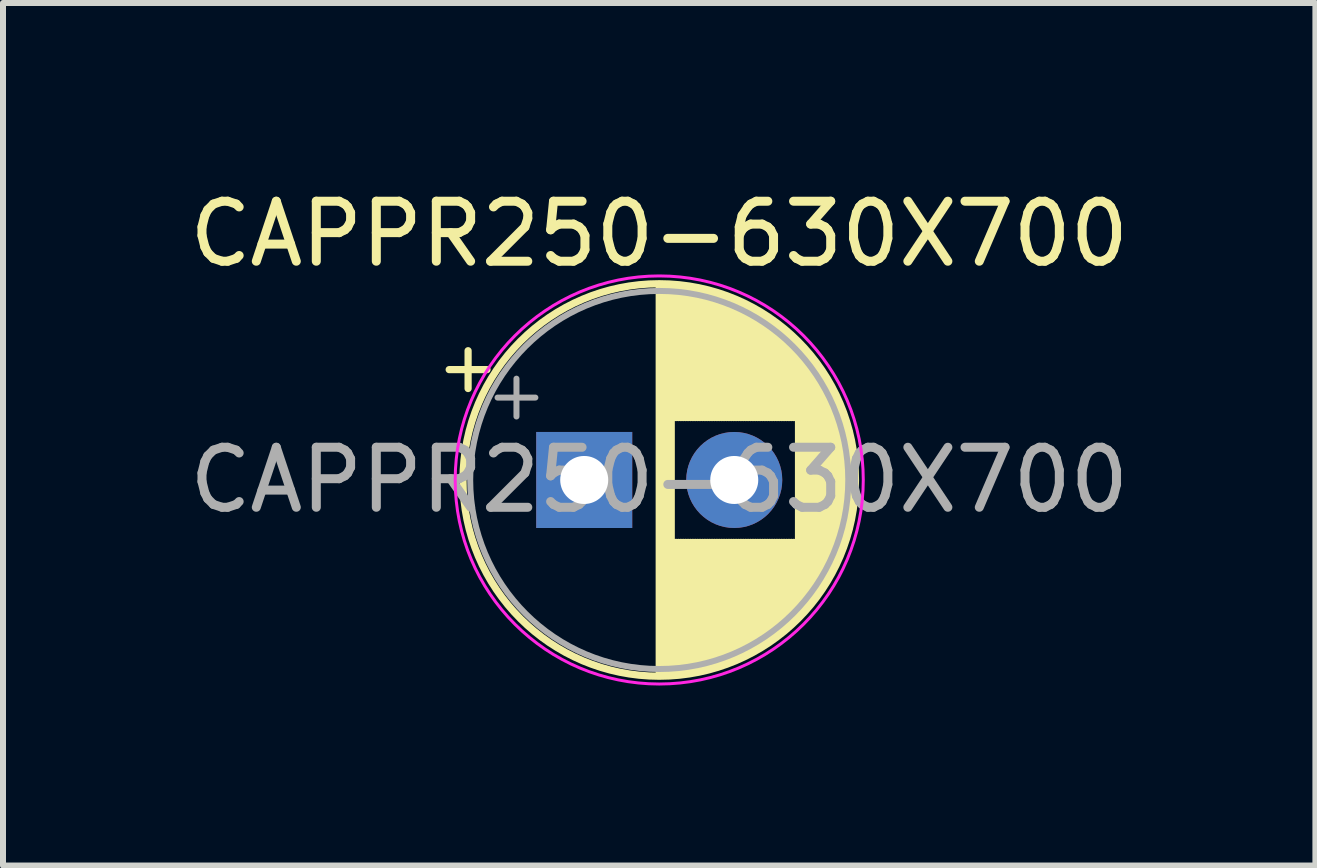
<source format=kicad_pcb>
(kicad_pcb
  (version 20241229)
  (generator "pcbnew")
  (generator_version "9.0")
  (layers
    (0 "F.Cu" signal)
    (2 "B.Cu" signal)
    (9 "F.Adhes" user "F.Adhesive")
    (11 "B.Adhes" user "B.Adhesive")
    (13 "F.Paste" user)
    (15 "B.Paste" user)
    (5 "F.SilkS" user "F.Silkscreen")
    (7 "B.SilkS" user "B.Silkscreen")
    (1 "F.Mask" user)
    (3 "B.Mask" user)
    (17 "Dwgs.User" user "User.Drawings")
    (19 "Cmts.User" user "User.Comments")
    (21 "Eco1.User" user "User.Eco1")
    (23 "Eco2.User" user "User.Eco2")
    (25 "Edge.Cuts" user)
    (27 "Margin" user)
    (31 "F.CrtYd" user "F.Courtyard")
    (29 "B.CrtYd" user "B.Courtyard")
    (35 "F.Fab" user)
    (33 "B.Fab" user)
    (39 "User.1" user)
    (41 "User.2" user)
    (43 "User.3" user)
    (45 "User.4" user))
  (footprint "CAPPR250-630X700"
    (layer "F.Cu")
    (at 7.935 4.948)
    (property "Reference" "CAPPR250-630X700" (at 0 -4.1 0) (layer "F.SilkS") (effects (font (size 1 1) (thickness 0.15))))
    (attr through_hole)
    (fp_line (start -3.5 -1.839) (end -2.87 -1.839) (stroke (width 0.12) (type solid)) (layer "F.SilkS"))
    (fp_line (start -3.185 -2.154) (end -3.185 -1.524) (stroke (width 0.12) (type solid)) (layer "F.SilkS"))
    (fp_line (start 0 -3.23) (end 0 3.23) (stroke (width 0.12) (type solid)) (layer "F.SilkS"))
    (fp_line (start 0.04 -3.23) (end 0.04 3.23) (stroke (width 0.12) (type solid)) (layer "F.SilkS"))
    (fp_line (start 0.08 -3.23) (end 0.08 3.23) (stroke (width 0.12) (type solid)) (layer "F.SilkS"))
    (fp_line (start 0.12 -3.228) (end 0.12 3.228) (stroke (width 0.12) (type solid)) (layer "F.SilkS"))
    (fp_line (start 0.16 -3.227) (end 0.16 3.227) (stroke (width 0.12) (type solid)) (layer "F.SilkS"))
    (fp_line (start 0.2 -3.224) (end 0.2 3.224) (stroke (width 0.12) (type solid)) (layer "F.SilkS"))
    (fp_line (start 0.24 -3.222) (end 0.24 -1.04) (stroke (width 0.12) (type solid)) (layer "F.SilkS"))
    (fp_line (start 0.24 1.04) (end 0.24 3.222) (stroke (width 0.12) (type solid)) (layer "F.SilkS"))
    (fp_line (start 0.28 -3.218) (end 0.28 -1.04) (stroke (width 0.12) (type solid)) (layer "F.SilkS"))
    (fp_line (start 0.28 1.04) (end 0.28 3.218) (stroke (width 0.12) (type solid)) (layer "F.SilkS"))
    (fp_line (start 0.32 -3.215) (end 0.32 -1.04) (stroke (width 0.12) (type solid)) (layer "F.SilkS"))
    (fp_line (start 0.32 1.04) (end 0.32 3.215) (stroke (width 0.12) (type solid)) (layer "F.SilkS"))
    (fp_line (start 0.36 -3.211) (end 0.36 -1.04) (stroke (width 0.12) (type solid)) (layer "F.SilkS"))
    (fp_line (start 0.36 1.04) (end 0.36 3.211) (stroke (width 0.12) (type solid)) (layer "F.SilkS"))
    (fp_line (start 0.4 -3.206) (end 0.4 -1.04) (stroke (width 0.12) (type solid)) (layer "F.SilkS"))
    (fp_line (start 0.4 1.04) (end 0.4 3.206) (stroke (width 0.12) (type solid)) (layer "F.SilkS"))
    (fp_line (start 0.44 -3.201) (end 0.44 -1.04) (stroke (width 0.12) (type solid)) (layer "F.SilkS"))
    (fp_line (start 0.44 1.04) (end 0.44 3.201) (stroke (width 0.12) (type solid)) (layer "F.SilkS"))
    (fp_line (start 0.48 -3.195) (end 0.48 -1.04) (stroke (width 0.12) (type solid)) (layer "F.SilkS"))
    (fp_line (start 0.48 1.04) (end 0.48 3.195) (stroke (width 0.12) (type solid)) (layer "F.SilkS"))
    (fp_line (start 0.52 -3.189) (end 0.52 -1.04) (stroke (width 0.12) (type solid)) (layer "F.SilkS"))
    (fp_line (start 0.52 1.04) (end 0.52 3.189) (stroke (width 0.12) (type solid)) (layer "F.SilkS"))
    (fp_line (start 0.56 -3.182) (end 0.56 -1.04) (stroke (width 0.12) (type solid)) (layer "F.SilkS"))
    (fp_line (start 0.56 1.04) (end 0.56 3.182) (stroke (width 0.12) (type solid)) (layer "F.SilkS"))
    (fp_line (start 0.6 -3.175) (end 0.6 -1.04) (stroke (width 0.12) (type solid)) (layer "F.SilkS"))
    (fp_line (start 0.6 1.04) (end 0.6 3.175) (stroke (width 0.12) (type solid)) (layer "F.SilkS"))
    (fp_line (start 0.64 -3.167) (end 0.64 -1.04) (stroke (width 0.12) (type solid)) (layer "F.SilkS"))
    (fp_line (start 0.64 1.04) (end 0.64 3.167) (stroke (width 0.12) (type solid)) (layer "F.SilkS"))
    (fp_line (start 0.68 -3.159) (end 0.68 -1.04) (stroke (width 0.12) (type solid)) (layer "F.SilkS"))
    (fp_line (start 0.68 1.04) (end 0.68 3.159) (stroke (width 0.12) (type solid)) (layer "F.SilkS"))
    (fp_line (start 0.721 -3.15) (end 0.721 -1.04) (stroke (width 0.12) (type solid)) (layer "F.SilkS"))
    (fp_line (start 0.721 1.04) (end 0.721 3.15) (stroke (width 0.12) (type solid)) (layer "F.SilkS"))
    (fp_line (start 0.761 -3.141) (end 0.761 -1.04) (stroke (width 0.12) (type solid)) (layer "F.SilkS"))
    (fp_line (start 0.761 1.04) (end 0.761 3.141) (stroke (width 0.12) (type solid)) (layer "F.SilkS"))
    (fp_line (start 0.801 -3.131) (end 0.801 -1.04) (stroke (width 0.12) (type solid)) (layer "F.SilkS"))
    (fp_line (start 0.801 1.04) (end 0.801 3.131) (stroke (width 0.12) (type solid)) (layer "F.SilkS"))
    (fp_line (start 0.841 -3.121) (end 0.841 -1.04) (stroke (width 0.12) (type solid)) (layer "F.SilkS"))
    (fp_line (start 0.841 1.04) (end 0.841 3.121) (stroke (width 0.12) (type solid)) (layer "F.SilkS"))
    (fp_line (start 0.881 -3.11) (end 0.881 -1.04) (stroke (width 0.12) (type solid)) (layer "F.SilkS"))
    (fp_line (start 0.881 1.04) (end 0.881 3.11) (stroke (width 0.12) (type solid)) (layer "F.SilkS"))
    (fp_line (start 0.921 -3.098) (end 0.921 -1.04) (stroke (width 0.12) (type solid)) (layer "F.SilkS"))
    (fp_line (start 0.921 1.04) (end 0.921 3.098) (stroke (width 0.12) (type solid)) (layer "F.SilkS"))
    (fp_line (start 0.961 -3.086) (end 0.961 -1.04) (stroke (width 0.12) (type solid)) (layer "F.SilkS"))
    (fp_line (start 0.961 1.04) (end 0.961 3.086) (stroke (width 0.12) (type solid)) (layer "F.SilkS"))
    (fp_line (start 1.001 -3.074) (end 1.001 -1.04) (stroke (width 0.12) (type solid)) (layer "F.SilkS"))
    (fp_line (start 1.001 1.04) (end 1.001 3.074) (stroke (width 0.12) (type solid)) (layer "F.SilkS"))
    (fp_line (start 1.041 -3.061) (end 1.041 -1.04) (stroke (width 0.12) (type solid)) (layer "F.SilkS"))
    (fp_line (start 1.041 1.04) (end 1.041 3.061) (stroke (width 0.12) (type solid)) (layer "F.SilkS"))
    (fp_line (start 1.081 -3.047) (end 1.081 -1.04) (stroke (width 0.12) (type solid)) (layer "F.SilkS"))
    (fp_line (start 1.081 1.04) (end 1.081 3.047) (stroke (width 0.12) (type solid)) (layer "F.SilkS"))
    (fp_line (start 1.121 -3.033) (end 1.121 -1.04) (stroke (width 0.12) (type solid)) (layer "F.SilkS"))
    (fp_line (start 1.121 1.04) (end 1.121 3.033) (stroke (width 0.12) (type solid)) (layer "F.SilkS"))
    (fp_line (start 1.161 -3.018) (end 1.161 -1.04) (stroke (width 0.12) (type solid)) (layer "F.SilkS"))
    (fp_line (start 1.161 1.04) (end 1.161 3.018) (stroke (width 0.12) (type solid)) (layer "F.SilkS"))
    (fp_line (start 1.201 -3.002) (end 1.201 -1.04) (stroke (width 0.12) (type solid)) (layer "F.SilkS"))
    (fp_line (start 1.201 1.04) (end 1.201 3.002) (stroke (width 0.12) (type solid)) (layer "F.SilkS"))
    (fp_line (start 1.241 -2.986) (end 1.241 -1.04) (stroke (width 0.12) (type solid)) (layer "F.SilkS"))
    (fp_line (start 1.241 1.04) (end 1.241 2.986) (stroke (width 0.12) (type solid)) (layer "F.SilkS"))
    (fp_line (start 1.281 -2.97) (end 1.281 -1.04) (stroke (width 0.12) (type solid)) (layer "F.SilkS"))
    (fp_line (start 1.281 1.04) (end 1.281 2.97) (stroke (width 0.12) (type solid)) (layer "F.SilkS"))
    (fp_line (start 1.321 -2.952) (end 1.321 -1.04) (stroke (width 0.12) (type solid)) (layer "F.SilkS"))
    (fp_line (start 1.321 1.04) (end 1.321 2.952) (stroke (width 0.12) (type solid)) (layer "F.SilkS"))
    (fp_line (start 1.361 -2.934) (end 1.361 -1.04) (stroke (width 0.12) (type solid)) (layer "F.SilkS"))
    (fp_line (start 1.361 1.04) (end 1.361 2.934) (stroke (width 0.12) (type solid)) (layer "F.SilkS"))
    (fp_line (start 1.401 -2.916) (end 1.401 -1.04) (stroke (width 0.12) (type solid)) (layer "F.SilkS"))
    (fp_line (start 1.401 1.04) (end 1.401 2.916) (stroke (width 0.12) (type solid)) (layer "F.SilkS"))
    (fp_line (start 1.441 -2.896) (end 1.441 -1.04) (stroke (width 0.12) (type solid)) (layer "F.SilkS"))
    (fp_line (start 1.441 1.04) (end 1.441 2.896) (stroke (width 0.12) (type solid)) (layer "F.SilkS"))
    (fp_line (start 1.481 -2.876) (end 1.481 -1.04) (stroke (width 0.12) (type solid)) (layer "F.SilkS"))
    (fp_line (start 1.481 1.04) (end 1.481 2.876) (stroke (width 0.12) (type solid)) (layer "F.SilkS"))
    (fp_line (start 1.521 -2.856) (end 1.521 -1.04) (stroke (width 0.12) (type solid)) (layer "F.SilkS"))
    (fp_line (start 1.521 1.04) (end 1.521 2.856) (stroke (width 0.12) (type solid)) (layer "F.SilkS"))
    (fp_line (start 1.561 -2.834) (end 1.561 -1.04) (stroke (width 0.12) (type solid)) (layer "F.SilkS"))
    (fp_line (start 1.561 1.04) (end 1.561 2.834) (stroke (width 0.12) (type solid)) (layer "F.SilkS"))
    (fp_line (start 1.601 -2.812) (end 1.601 -1.04) (stroke (width 0.12) (type solid)) (layer "F.SilkS"))
    (fp_line (start 1.601 1.04) (end 1.601 2.812) (stroke (width 0.12) (type solid)) (layer "F.SilkS"))
    (fp_line (start 1.641 -2.79) (end 1.641 -1.04) (stroke (width 0.12) (type solid)) (layer "F.SilkS"))
    (fp_line (start 1.641 1.04) (end 1.641 2.79) (stroke (width 0.12) (type solid)) (layer "F.SilkS"))
    (fp_line (start 1.681 -2.766) (end 1.681 -1.04) (stroke (width 0.12) (type solid)) (layer "F.SilkS"))
    (fp_line (start 1.681 1.04) (end 1.681 2.766) (stroke (width 0.12) (type solid)) (layer "F.SilkS"))
    (fp_line (start 1.721 -2.742) (end 1.721 -1.04) (stroke (width 0.12) (type solid)) (layer "F.SilkS"))
    (fp_line (start 1.721 1.04) (end 1.721 2.742) (stroke (width 0.12) (type solid)) (layer "F.SilkS"))
    (fp_line (start 1.761 -2.716) (end 1.761 -1.04) (stroke (width 0.12) (type solid)) (layer "F.SilkS"))
    (fp_line (start 1.761 1.04) (end 1.761 2.716) (stroke (width 0.12) (type solid)) (layer "F.SilkS"))
    (fp_line (start 1.801 -2.69) (end 1.801 -1.04) (stroke (width 0.12) (type solid)) (layer "F.SilkS"))
    (fp_line (start 1.801 1.04) (end 1.801 2.69) (stroke (width 0.12) (type solid)) (layer "F.SilkS"))
    (fp_line (start 1.841 -2.664) (end 1.841 -1.04) (stroke (width 0.12) (type solid)) (layer "F.SilkS"))
    (fp_line (start 1.841 1.04) (end 1.841 2.664) (stroke (width 0.12) (type solid)) (layer "F.SilkS"))
    (fp_line (start 1.881 -2.636) (end 1.881 -1.04) (stroke (width 0.12) (type solid)) (layer "F.SilkS"))
    (fp_line (start 1.881 1.04) (end 1.881 2.636) (stroke (width 0.12) (type solid)) (layer "F.SilkS"))
    (fp_line (start 1.921 -2.607) (end 1.921 -1.04) (stroke (width 0.12) (type solid)) (layer "F.SilkS"))
    (fp_line (start 1.921 1.04) (end 1.921 2.607) (stroke (width 0.12) (type solid)) (layer "F.SilkS"))
    (fp_line (start 1.961 -2.578) (end 1.961 -1.04) (stroke (width 0.12) (type solid)) (layer "F.SilkS"))
    (fp_line (start 1.961 1.04) (end 1.961 2.578) (stroke (width 0.12) (type solid)) (layer "F.SilkS"))
    (fp_line (start 2.001 -2.548) (end 2.001 -1.04) (stroke (width 0.12) (type solid)) (layer "F.SilkS"))
    (fp_line (start 2.001 1.04) (end 2.001 2.548) (stroke (width 0.12) (type solid)) (layer "F.SilkS"))
    (fp_line (start 2.041 -2.516) (end 2.041 -1.04) (stroke (width 0.12) (type solid)) (layer "F.SilkS"))
    (fp_line (start 2.041 1.04) (end 2.041 2.516) (stroke (width 0.12) (type solid)) (layer "F.SilkS"))
    (fp_line (start 2.081 -2.484) (end 2.081 -1.04) (stroke (width 0.12) (type solid)) (layer "F.SilkS"))
    (fp_line (start 2.081 1.04) (end 2.081 2.484) (stroke (width 0.12) (type solid)) (layer "F.SilkS"))
    (fp_line (start 2.121 -2.45) (end 2.121 -1.04) (stroke (width 0.12) (type solid)) (layer "F.SilkS"))
    (fp_line (start 2.121 1.04) (end 2.121 2.45) (stroke (width 0.12) (type solid)) (layer "F.SilkS"))
    (fp_line (start 2.161 -2.416) (end 2.161 -1.04) (stroke (width 0.12) (type solid)) (layer "F.SilkS"))
    (fp_line (start 2.161 1.04) (end 2.161 2.416) (stroke (width 0.12) (type solid)) (layer "F.SilkS"))
    (fp_line (start 2.201 -2.38) (end 2.201 -1.04) (stroke (width 0.12) (type solid)) (layer "F.SilkS"))
    (fp_line (start 2.201 1.04) (end 2.201 2.38) (stroke (width 0.12) (type solid)) (layer "F.SilkS"))
    (fp_line (start 2.241 -2.343) (end 2.241 -1.04) (stroke (width 0.12) (type solid)) (layer "F.SilkS"))
    (fp_line (start 2.241 1.04) (end 2.241 2.343) (stroke (width 0.12) (type solid)) (layer "F.SilkS"))
    (fp_line (start 2.281 -2.305) (end 2.281 -1.04) (stroke (width 0.12) (type solid)) (layer "F.SilkS"))
    (fp_line (start 2.281 1.04) (end 2.281 2.305) (stroke (width 0.12) (type solid)) (layer "F.SilkS"))
    (fp_line (start 2.321 -2.265) (end 2.321 2.265) (stroke (width 0.12) (type solid)) (layer "F.SilkS"))
    (fp_line (start 2.361 -2.224) (end 2.361 2.224) (stroke (width 0.12) (type solid)) (layer "F.SilkS"))
    (fp_line (start 2.401 -2.182) (end 2.401 2.182) (stroke (width 0.12) (type solid)) (layer "F.SilkS"))
    (fp_line (start 2.441 -2.137) (end 2.441 2.137) (stroke (width 0.12) (type solid)) (layer "F.SilkS"))
    (fp_line (start 2.481 -2.092) (end 2.481 2.092) (stroke (width 0.12) (type solid)) (layer "F.SilkS"))
    (fp_line (start 2.521 -2.044) (end 2.521 2.044) (stroke (width 0.12) (type solid)) (layer "F.SilkS"))
    (fp_line (start 2.561 -1.995) (end 2.561 1.995) (stroke (width 0.12) (type solid)) (layer "F.SilkS"))
    (fp_line (start 2.601 -1.944) (end 2.601 1.944) (stroke (width 0.12) (type solid)) (layer "F.SilkS"))
    (fp_line (start 2.641 -1.89) (end 2.641 1.89) (stroke (width 0.12) (type solid)) (layer "F.SilkS"))
    (fp_line (start 2.681 -1.834) (end 2.681 1.834) (stroke (width 0.12) (type solid)) (layer "F.SilkS"))
    (fp_line (start 2.721 -1.776) (end 2.721 1.776) (stroke (width 0.12) (type solid)) (layer "F.SilkS"))
    (fp_line (start 2.761 -1.714) (end 2.761 1.714) (stroke (width 0.12) (type solid)) (layer "F.SilkS"))
    (fp_line (start 2.801 -1.65) (end 2.801 1.65) (stroke (width 0.12) (type solid)) (layer "F.SilkS"))
    (fp_line (start 2.841 -1.581) (end 2.841 1.581) (stroke (width 0.12) (type solid)) (layer "F.SilkS"))
    (fp_line (start 2.881 -1.509) (end 2.881 1.509) (stroke (width 0.12) (type solid)) (layer "F.SilkS"))
    (fp_line (start 2.921 -1.432) (end 2.921 1.432) (stroke (width 0.12) (type solid)) (layer "F.SilkS"))
    (fp_line (start 2.961 -1.35) (end 2.961 1.35) (stroke (width 0.12) (type solid)) (layer "F.SilkS"))
    (fp_line (start 3.001 -1.262) (end 3.001 1.262) (stroke (width 0.12) (type solid)) (layer "F.SilkS"))
    (fp_line (start 3.041 -1.165) (end 3.041 1.165) (stroke (width 0.12) (type solid)) (layer "F.SilkS"))
    (fp_line (start 3.081 -1.059) (end 3.081 1.059) (stroke (width 0.12) (type solid)) (layer "F.SilkS"))
    (fp_line (start 3.121 -0.94) (end 3.121 0.94) (stroke (width 0.12) (type solid)) (layer "F.SilkS"))
    (fp_line (start 3.161 -0.802) (end 3.161 0.802) (stroke (width 0.12) (type solid)) (layer "F.SilkS"))
    (fp_line (start 3.201 -0.633) (end 3.201 0.633) (stroke (width 0.12) (type solid)) (layer "F.SilkS"))
    (fp_line (start 3.241 -0.402) (end 3.241 0.402) (stroke (width 0.12) (type solid)) (layer "F.SilkS"))
    (fp_circle (center 0 0) (end 3.27 0) (stroke (width 0.12) (type solid)) (fill no) (layer "F.SilkS"))
    (fp_circle (center 0 0) (end 3.4 0) (stroke (width 0.05) (type solid)) (fill no) (layer "F.CrtYd"))
    (fp_line (start -2.694 -1.373) (end -2.064 -1.373) (stroke (width 0.1) (type solid)) (layer "F.Fab"))
    (fp_line (start -2.379 -1.688) (end -2.379 -1.058) (stroke (width 0.1) (type solid)) (layer "F.Fab"))
    (fp_circle (center 0 0) (end 3.15 0) (stroke (width 0.1) (type solid)) (fill no) (layer "F.Fab"))
    (fp_text user "${REFERENCE}" (at 0 0 0) (layer "F.Fab") (effects (font (size 1 1) (thickness 0.15))))
    (pad "1" thru_hole rect (at -1.25 0) (size 1.6 1.6) (drill 0.8) (layers "*.Cu" "*.Mask"))
    (pad "2" thru_hole circle (at 1.25 0) (size 1.6 1.6) (drill 0.8) (layers "*.Cu" "*.Mask")))
  (gr_rect
    (start -3 -3)
    (end 18.869 11.373)
    (stroke (width 0.1) (type default))
    (fill no)
    (layer "Edge.Cuts")))
</source>
